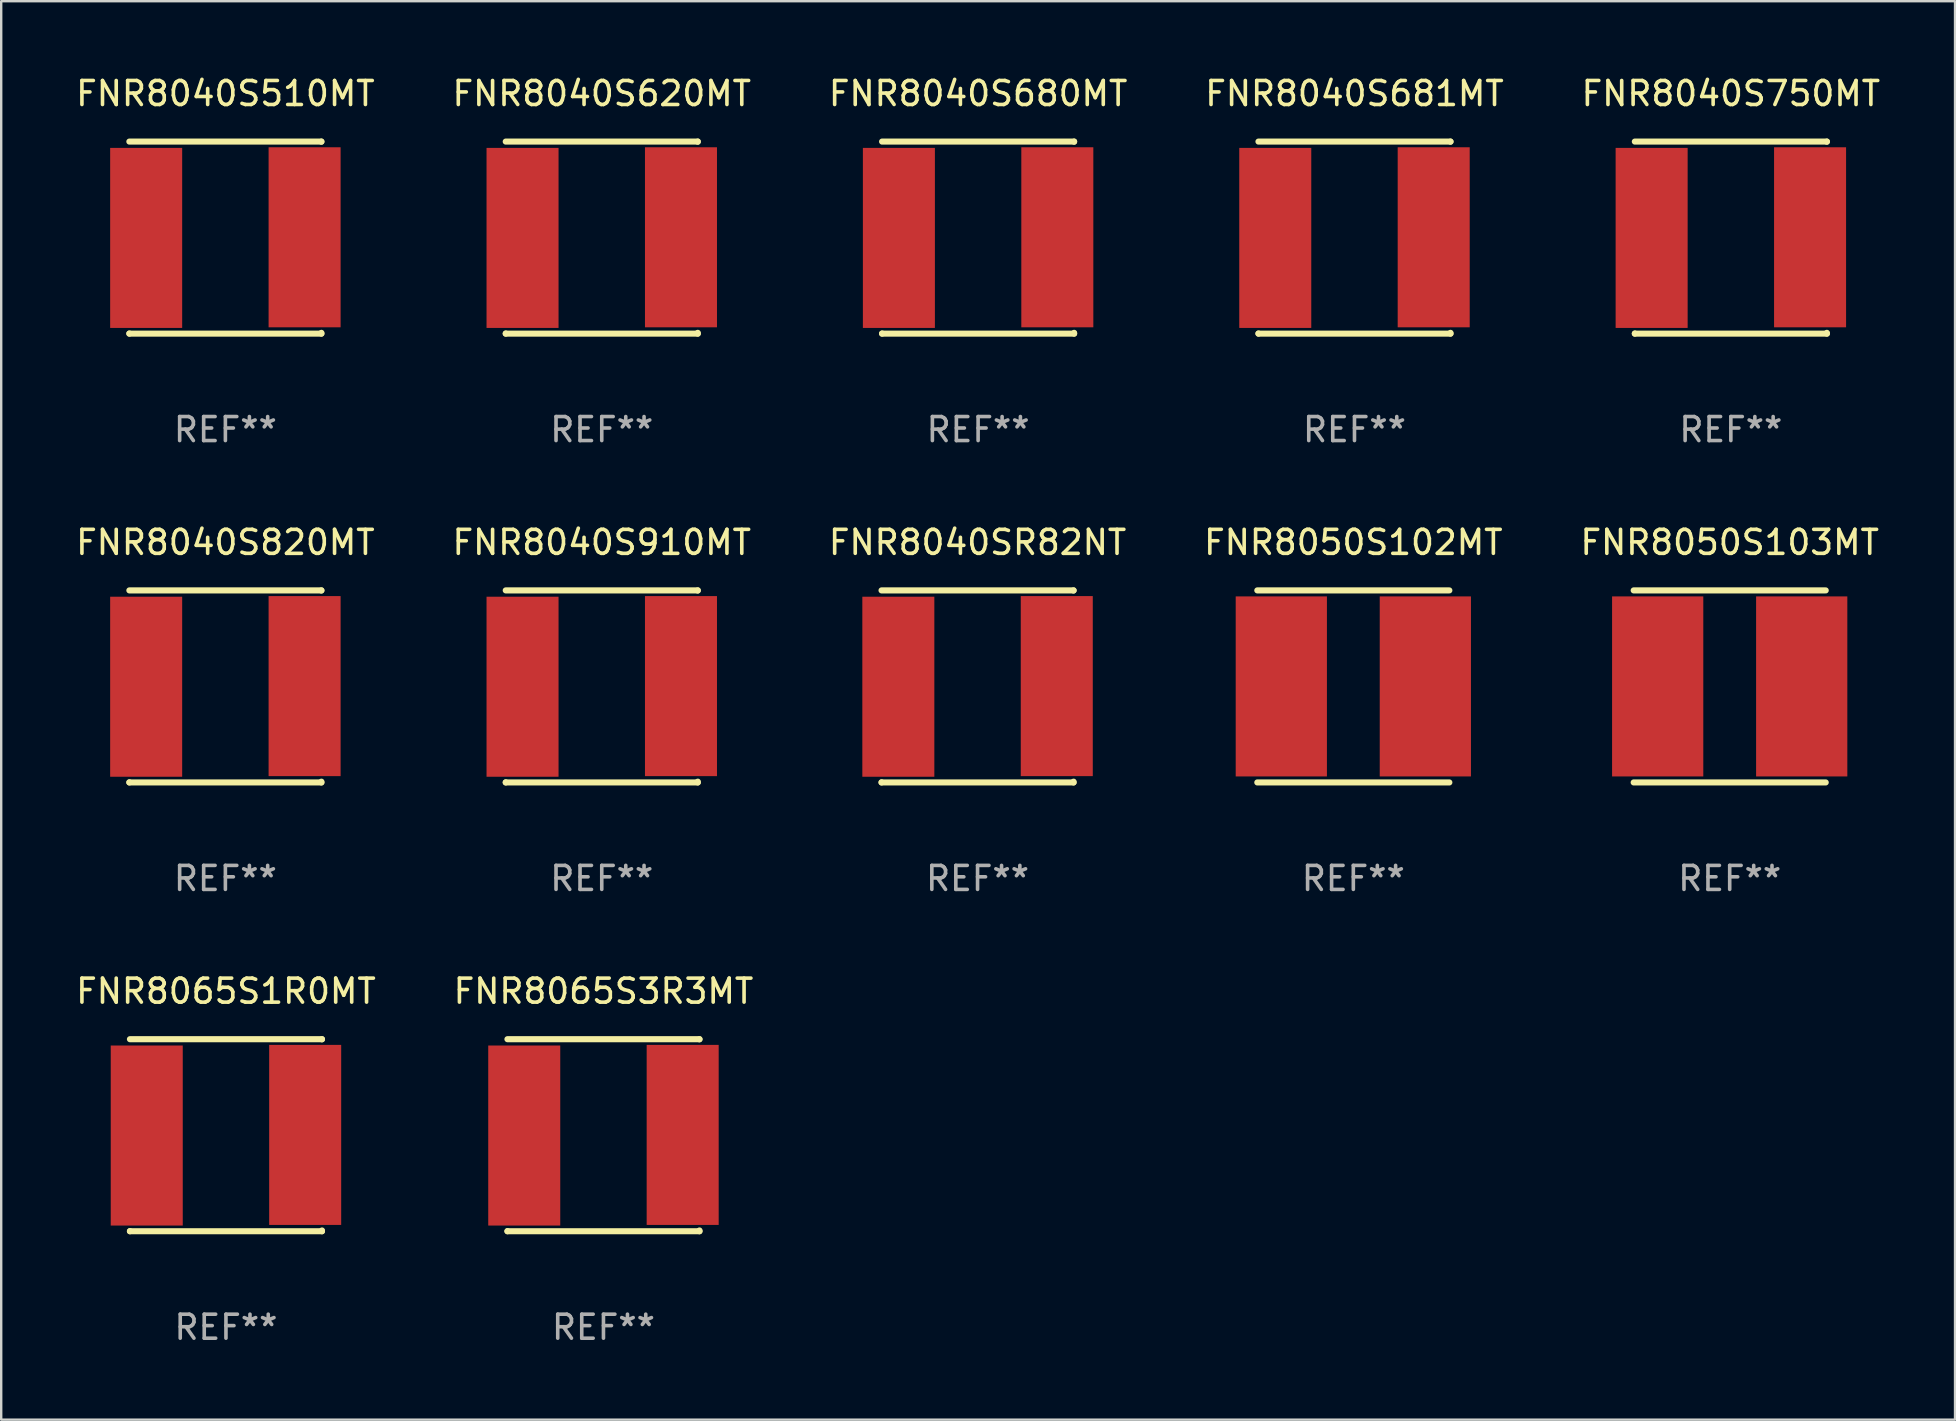
<source format=kicad_pcb>
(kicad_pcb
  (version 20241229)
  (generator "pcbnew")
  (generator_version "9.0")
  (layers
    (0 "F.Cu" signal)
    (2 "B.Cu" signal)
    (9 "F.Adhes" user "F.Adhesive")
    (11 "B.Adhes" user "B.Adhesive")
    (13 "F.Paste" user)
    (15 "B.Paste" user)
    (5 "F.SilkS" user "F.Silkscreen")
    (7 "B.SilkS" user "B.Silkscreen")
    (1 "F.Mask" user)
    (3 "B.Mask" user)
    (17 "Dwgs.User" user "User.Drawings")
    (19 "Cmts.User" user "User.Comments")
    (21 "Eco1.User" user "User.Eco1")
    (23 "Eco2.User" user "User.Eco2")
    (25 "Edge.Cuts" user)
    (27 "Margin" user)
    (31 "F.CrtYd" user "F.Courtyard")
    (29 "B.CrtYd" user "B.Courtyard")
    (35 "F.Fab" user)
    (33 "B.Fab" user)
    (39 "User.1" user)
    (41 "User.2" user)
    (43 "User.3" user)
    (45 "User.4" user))
  (footprint "FNR8040S680MT"
    (layer "F.Cu")
    (at 37.696 6.848)
    (property "Reference" "FNR8040S680MT" (at 0 -6 0) (layer "F.SilkS") (effects (font (size 1 1) (thickness 0.15))))
    (attr through_hole)
    (fp_line (start -4 -4) (end 4 -4) (stroke (width 0.254) (type solid)) (layer "F.SilkS"))
    (fp_line (start -4 4) (end -4 3.994) (stroke (width 0.254) (type solid)) (layer "F.SilkS"))
    (fp_line (start 4 -4) (end 4 -3.994) (stroke (width 0.254) (type solid)) (layer "F.SilkS"))
    (fp_line (start 4 3.968) (end 4 4) (stroke (width 0.254) (type solid)) (layer "F.SilkS"))
    (fp_line (start 4 4) (end -4 4) (stroke (width 0.254) (type solid)) (layer "F.SilkS"))
    (fp_circle (center -4 4) (end -3.97 4) (stroke (width 0.06) (type solid)) (fill no) (layer "F.SilkS"))
    (fp_text user "REF**" (at 0 8 0) (layer "F.Fab") (effects (font (size 1 1) (thickness 0.15))))
    (pad "1" smd rect (at -3.3 0.013) (size 3 7.5) (layers "F.Cu" "F.Mask" "F.Paste"))
    (pad "2" smd rect (at 3.3 -0.013) (size 3 7.5) (layers "F.Cu" "F.Mask" "F.Paste")))
  (footprint "FNR8040S510MT"
    (layer "F.Cu")
    (at 6.339 6.848)
    (property "Reference" "FNR8040S510MT" (at 0 -6 0) (layer "F.SilkS") (effects (font (size 1 1) (thickness 0.15))))
    (attr through_hole)
    (fp_line (start -4 -4) (end 4 -4) (stroke (width 0.254) (type solid)) (layer "F.SilkS"))
    (fp_line (start -4 4) (end -4 3.994) (stroke (width 0.254) (type solid)) (layer "F.SilkS"))
    (fp_line (start 4 -4) (end 4 -3.994) (stroke (width 0.254) (type solid)) (layer "F.SilkS"))
    (fp_line (start 4 3.968) (end 4 4) (stroke (width 0.254) (type solid)) (layer "F.SilkS"))
    (fp_line (start 4 4) (end -4 4) (stroke (width 0.254) (type solid)) (layer "F.SilkS"))
    (fp_circle (center -4 4) (end -3.97 4) (stroke (width 0.06) (type solid)) (fill no) (layer "F.SilkS"))
    (fp_text user "REF**" (at 0 8 0) (layer "F.Fab") (effects (font (size 1 1) (thickness 0.15))))
    (pad "1" smd rect (at -3.3 0.013) (size 3 7.5) (layers "F.Cu" "F.Mask" "F.Paste"))
    (pad "2" smd rect (at 3.3 -0.013) (size 3 7.5) (layers "F.Cu" "F.Mask" "F.Paste")))
  (footprint "FNR8040S681MT"
    (layer "F.Cu")
    (at 53.375 6.848)
    (property "Reference" "FNR8040S681MT" (at 0 -6 0) (layer "F.SilkS") (effects (font (size 1 1) (thickness 0.15))))
    (attr through_hole)
    (fp_line (start -4 -4) (end 4 -4) (stroke (width 0.254) (type solid)) (layer "F.SilkS"))
    (fp_line (start -4 4) (end -4 3.994) (stroke (width 0.254) (type solid)) (layer "F.SilkS"))
    (fp_line (start 4 -4) (end 4 -3.994) (stroke (width 0.254) (type solid)) (layer "F.SilkS"))
    (fp_line (start 4 3.968) (end 4 4) (stroke (width 0.254) (type solid)) (layer "F.SilkS"))
    (fp_line (start 4 4) (end -4 4) (stroke (width 0.254) (type solid)) (layer "F.SilkS"))
    (fp_circle (center -4 4) (end -3.97 4) (stroke (width 0.06) (type solid)) (fill no) (layer "F.SilkS"))
    (fp_text user "REF**" (at 0 8 0) (layer "F.Fab") (effects (font (size 1 1) (thickness 0.15))))
    (pad "1" smd rect (at -3.3 0.013) (size 3 7.5) (layers "F.Cu" "F.Mask" "F.Paste"))
    (pad "2" smd rect (at 3.3 -0.013) (size 3 7.5) (layers "F.Cu" "F.Mask" "F.Paste")))
  (footprint "FNR8050S103MT"
    (layer "F.Cu")
    (at 69.006 25.545)
    (property "Reference" "FNR8050S103MT" (at 0 -6 0) (layer "F.SilkS") (effects (font (size 1 1) (thickness 0.15))))
    (attr through_hole)
    (fp_line (start -4 -4) (end 4 -4) (stroke (width 0.254) (type solid)) (layer "F.SilkS"))
    (fp_line (start -4 4) (end 4 4) (stroke (width 0.254) (type solid)) (layer "F.SilkS"))
    (fp_circle (center -4 4) (end -3.97 4) (stroke (width 0.06) (type solid)) (fill no) (layer "F.SilkS"))
    (fp_text user "REF**" (at 0 8 0) (layer "F.Fab") (effects (font (size 1 1) (thickness 0.15))))
    (pad "1" smd rect (at -3 0) (size 3.8 7.5) (layers "F.Cu" "F.Mask" "F.Paste"))
    (pad "2" smd rect (at 3 0) (size 3.8 7.5) (layers "F.Cu" "F.Mask" "F.Paste")))
  (footprint "FNR8040SR82NT"
    (layer "F.Cu")
    (at 37.673 25.545)
    (property "Reference" "FNR8040SR82NT" (at 0 -6 0) (layer "F.SilkS") (effects (font (size 1 1) (thickness 0.15))))
    (attr through_hole)
    (fp_line (start -4 -4) (end 4 -4) (stroke (width 0.254) (type solid)) (layer "F.SilkS"))
    (fp_line (start -4 4) (end -4 3.994) (stroke (width 0.254) (type solid)) (layer "F.SilkS"))
    (fp_line (start 4 -4) (end 4 -3.994) (stroke (width 0.254) (type solid)) (layer "F.SilkS"))
    (fp_line (start 4 3.968) (end 4 4) (stroke (width 0.254) (type solid)) (layer "F.SilkS"))
    (fp_line (start 4 4) (end -4 4) (stroke (width 0.254) (type solid)) (layer "F.SilkS"))
    (fp_circle (center -4 4) (end -3.97 4) (stroke (width 0.06) (type solid)) (fill no) (layer "F.SilkS"))
    (fp_text user "REF**" (at 0 8 0) (layer "F.Fab") (effects (font (size 1 1) (thickness 0.15))))
    (pad "1" smd rect (at -3.3 0.013) (size 3 7.5) (layers "F.Cu" "F.Mask" "F.Paste"))
    (pad "2" smd rect (at 3.3 -0.013) (size 3 7.5) (layers "F.Cu" "F.Mask" "F.Paste")))
  (footprint "FNR8040S820MT"
    (layer "F.Cu")
    (at 6.339 25.545)
    (property "Reference" "FNR8040S820MT" (at 0 -6 0) (layer "F.SilkS") (effects (font (size 1 1) (thickness 0.15))))
    (attr through_hole)
    (fp_line (start -4 -4) (end 4 -4) (stroke (width 0.254) (type solid)) (layer "F.SilkS"))
    (fp_line (start -4 4) (end -4 3.994) (stroke (width 0.254) (type solid)) (layer "F.SilkS"))
    (fp_line (start 4 -4) (end 4 -3.994) (stroke (width 0.254) (type solid)) (layer "F.SilkS"))
    (fp_line (start 4 3.968) (end 4 4) (stroke (width 0.254) (type solid)) (layer "F.SilkS"))
    (fp_line (start 4 4) (end -4 4) (stroke (width 0.254) (type solid)) (layer "F.SilkS"))
    (fp_circle (center -4 4) (end -3.97 4) (stroke (width 0.06) (type solid)) (fill no) (layer "F.SilkS"))
    (fp_text user "REF**" (at 0 8 0) (layer "F.Fab") (effects (font (size 1 1) (thickness 0.15))))
    (pad "1" smd rect (at -3.3 0.013) (size 3 7.5) (layers "F.Cu" "F.Mask" "F.Paste"))
    (pad "2" smd rect (at 3.3 -0.013) (size 3 7.5) (layers "F.Cu" "F.Mask" "F.Paste")))
  (footprint "FNR8065S3R3MT"
    (layer "F.Cu")
    (at 22.089 44.241)
    (property "Reference" "FNR8065S3R3MT" (at 0 -6 0) (layer "F.SilkS") (effects (font (size 1 1) (thickness 0.15))))
    (attr through_hole)
    (fp_line (start -4 -4) (end 4 -4) (stroke (width 0.254) (type solid)) (layer "F.SilkS"))
    (fp_line (start -4 4) (end -4 3.994) (stroke (width 0.254) (type solid)) (layer "F.SilkS"))
    (fp_line (start 4 -4) (end 4 -3.994) (stroke (width 0.254) (type solid)) (layer "F.SilkS"))
    (fp_line (start 4 3.968) (end 4 4) (stroke (width 0.254) (type solid)) (layer "F.SilkS"))
    (fp_line (start 4 4) (end -4 4) (stroke (width 0.254) (type solid)) (layer "F.SilkS"))
    (fp_circle (center -4 4) (end -3.97 4) (stroke (width 0.06) (type solid)) (fill no) (layer "F.SilkS"))
    (fp_text user "REF**" (at 0 8 0) (layer "F.Fab") (effects (font (size 1 1) (thickness 0.15))))
    (pad "1" smd rect (at -3.3 0.013) (size 3 7.5) (layers "F.Cu" "F.Mask" "F.Paste"))
    (pad "2" smd rect (at 3.3 -0.013) (size 3 7.5) (layers "F.Cu" "F.Mask" "F.Paste")))
  (footprint "FNR8040S910MT"
    (layer "F.Cu")
    (at 22.018 25.545)
    (property "Reference" "FNR8040S910MT" (at 0 -6 0) (layer "F.SilkS") (effects (font (size 1 1) (thickness 0.15))))
    (attr through_hole)
    (fp_line (start -4 -4) (end 4 -4) (stroke (width 0.254) (type solid)) (layer "F.SilkS"))
    (fp_line (start -4 4) (end -4 3.994) (stroke (width 0.254) (type solid)) (layer "F.SilkS"))
    (fp_line (start 4 -4) (end 4 -3.994) (stroke (width 0.254) (type solid)) (layer "F.SilkS"))
    (fp_line (start 4 3.968) (end 4 4) (stroke (width 0.254) (type solid)) (layer "F.SilkS"))
    (fp_line (start 4 4) (end -4 4) (stroke (width 0.254) (type solid)) (layer "F.SilkS"))
    (fp_circle (center -4 4) (end -3.97 4) (stroke (width 0.06) (type solid)) (fill no) (layer "F.SilkS"))
    (fp_text user "REF**" (at 0 8 0) (layer "F.Fab") (effects (font (size 1 1) (thickness 0.15))))
    (pad "1" smd rect (at -3.3 0.013) (size 3 7.5) (layers "F.Cu" "F.Mask" "F.Paste"))
    (pad "2" smd rect (at 3.3 -0.013) (size 3 7.5) (layers "F.Cu" "F.Mask" "F.Paste")))
  (footprint "FNR8040S620MT"
    (layer "F.Cu")
    (at 22.018 6.848)
    (property "Reference" "FNR8040S620MT" (at 0 -6 0) (layer "F.SilkS") (effects (font (size 1 1) (thickness 0.15))))
    (attr through_hole)
    (fp_line (start -4 -4) (end 4 -4) (stroke (width 0.254) (type solid)) (layer "F.SilkS"))
    (fp_line (start -4 4) (end -4 3.994) (stroke (width 0.254) (type solid)) (layer "F.SilkS"))
    (fp_line (start 4 -4) (end 4 -3.994) (stroke (width 0.254) (type solid)) (layer "F.SilkS"))
    (fp_line (start 4 3.968) (end 4 4) (stroke (width 0.254) (type solid)) (layer "F.SilkS"))
    (fp_line (start 4 4) (end -4 4) (stroke (width 0.254) (type solid)) (layer "F.SilkS"))
    (fp_circle (center -4 4) (end -3.97 4) (stroke (width 0.06) (type solid)) (fill no) (layer "F.SilkS"))
    (fp_text user "REF**" (at 0 8 0) (layer "F.Fab") (effects (font (size 1 1) (thickness 0.15))))
    (pad "1" smd rect (at -3.3 0.013) (size 3 7.5) (layers "F.Cu" "F.Mask" "F.Paste"))
    (pad "2" smd rect (at 3.3 -0.013) (size 3 7.5) (layers "F.Cu" "F.Mask" "F.Paste")))
  (footprint "FNR8065S1R0MT"
    (layer "F.Cu")
    (at 6.363 44.241)
    (property "Reference" "FNR8065S1R0MT" (at 0 -6 0) (layer "F.SilkS") (effects (font (size 1 1) (thickness 0.15))))
    (attr through_hole)
    (fp_line (start -4 -4) (end 4 -4) (stroke (width 0.254) (type solid)) (layer "F.SilkS"))
    (fp_line (start -4 4) (end -4 3.994) (stroke (width 0.254) (type solid)) (layer "F.SilkS"))
    (fp_line (start 4 -4) (end 4 -3.994) (stroke (width 0.254) (type solid)) (layer "F.SilkS"))
    (fp_line (start 4 3.968) (end 4 4) (stroke (width 0.254) (type solid)) (layer "F.SilkS"))
    (fp_line (start 4 4) (end -4 4) (stroke (width 0.254) (type solid)) (layer "F.SilkS"))
    (fp_circle (center -4 4) (end -3.97 4) (stroke (width 0.06) (type solid)) (fill no) (layer "F.SilkS"))
    (fp_text user "REF**" (at 0 8 0) (layer "F.Fab") (effects (font (size 1 1) (thickness 0.15))))
    (pad "1" smd rect (at -3.3 0.013) (size 3 7.5) (layers "F.Cu" "F.Mask" "F.Paste"))
    (pad "2" smd rect (at 3.3 -0.013) (size 3 7.5) (layers "F.Cu" "F.Mask" "F.Paste")))
  (footprint "FNR8050S102MT"
    (layer "F.Cu")
    (at 53.327 25.545)
    (property "Reference" "FNR8050S102MT" (at 0 -6 0) (layer "F.SilkS") (effects (font (size 1 1) (thickness 0.15))))
    (attr through_hole)
    (fp_line (start -4 -4) (end 4 -4) (stroke (width 0.254) (type solid)) (layer "F.SilkS"))
    (fp_line (start -4 4) (end 4 4) (stroke (width 0.254) (type solid)) (layer "F.SilkS"))
    (fp_circle (center -4 4) (end -3.97 4) (stroke (width 0.06) (type solid)) (fill no) (layer "F.SilkS"))
    (fp_text user "REF**" (at 0 8 0) (layer "F.Fab") (effects (font (size 1 1) (thickness 0.15))))
    (pad "1" smd rect (at -3 0) (size 3.8 7.5) (layers "F.Cu" "F.Mask" "F.Paste"))
    (pad "2" smd rect (at 3 0) (size 3.8 7.5) (layers "F.Cu" "F.Mask" "F.Paste")))
  (footprint "FNR8040S750MT"
    (layer "F.Cu")
    (at 69.054 6.848)
    (property "Reference" "FNR8040S750MT" (at 0 -6 0) (layer "F.SilkS") (effects (font (size 1 1) (thickness 0.15))))
    (attr through_hole)
    (fp_line (start -4 -4) (end 4 -4) (stroke (width 0.254) (type solid)) (layer "F.SilkS"))
    (fp_line (start -4 4) (end -4 3.994) (stroke (width 0.254) (type solid)) (layer "F.SilkS"))
    (fp_line (start 4 -4) (end 4 -3.994) (stroke (width 0.254) (type solid)) (layer "F.SilkS"))
    (fp_line (start 4 3.968) (end 4 4) (stroke (width 0.254) (type solid)) (layer "F.SilkS"))
    (fp_line (start 4 4) (end -4 4) (stroke (width 0.254) (type solid)) (layer "F.SilkS"))
    (fp_circle (center -4 4) (end -3.97 4) (stroke (width 0.06) (type solid)) (fill no) (layer "F.SilkS"))
    (fp_text user "REF**" (at 0 8 0) (layer "F.Fab") (effects (font (size 1 1) (thickness 0.15))))
    (pad "1" smd rect (at -3.3 0.013) (size 3 7.5) (layers "F.Cu" "F.Mask" "F.Paste"))
    (pad "2" smd rect (at 3.3 -0.013) (size 3 7.5) (layers "F.Cu" "F.Mask" "F.Paste")))
  (gr_rect
    (start -3 -3)
    (end 78.393 56.09)
    (stroke (width 0.1) (type default))
    (fill no)
    (layer "Edge.Cuts")))
</source>
